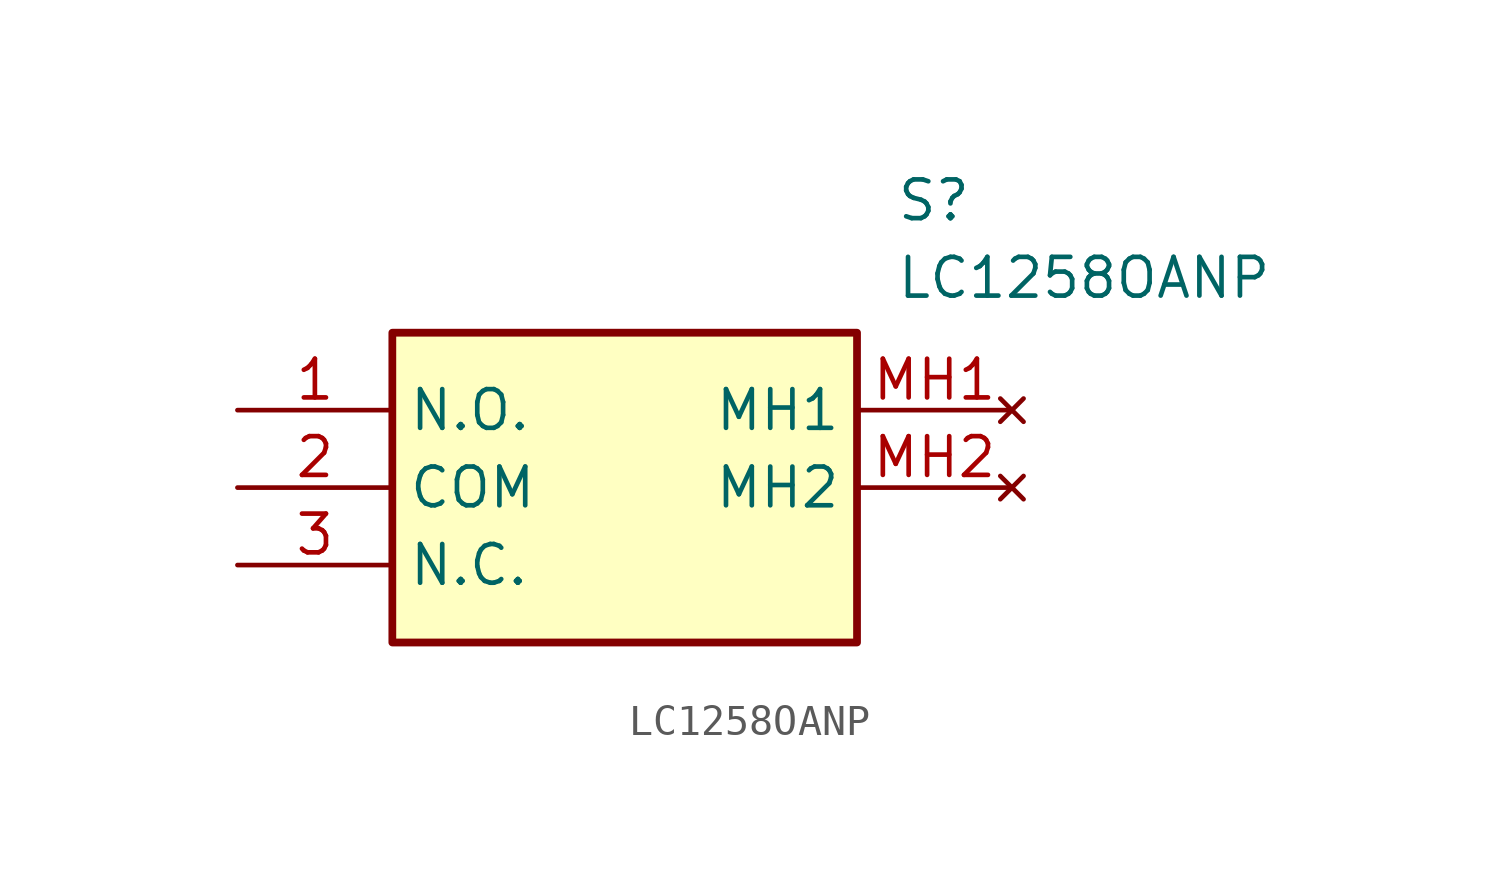
<source format=kicad_sym>
(kicad_symbol_lib
  (version 20231120)
  (generator "kicad_symbol_editor")
  (generator_version "8.0")
  (symbol "LC1258OANP"
    (property "Reference" "S"
      (at 21.59 7.62 0)
      (effects (font (size 1.27 1.27)) (justify left top)))
    (property "Value" "LC1258OANP"
      (at 21.59 5.08 0)
      (effects (font (size 1.27 1.27)) (justify left top)))
    (symbol "LC1258OANP_1_1"
      (rectangle (start 5.08 2.54) (end 20.32 -7.62) (stroke (width 0.254) (type default)) (fill (type background)))
      (pin passive line (at 0 0 0) (length 5.08) (name "N.O." (effects (font (size 1.27 1.27)))) (number "1" (effects (font (size 1.27 1.27)))))
      (pin passive line (at 0 -2.54 0) (length 5.08) (name "COM" (effects (font (size 1.27 1.27)))) (number "2" (effects (font (size 1.27 1.27)))))
      (pin passive line (at 0 -5.08 0) (length 5.08) (name "N.C." (effects (font (size 1.27 1.27)))) (number "3" (effects (font (size 1.27 1.27)))))
      (pin no_connect line (at 25.4 0 180) (length 5.08) (name "MH1" (effects (font (size 1.27 1.27)))) (number "MH1" (effects (font (size 1.27 1.27)))))
      (pin no_connect line (at 25.4 -2.54 180) (length 5.08) (name "MH2" (effects (font (size 1.27 1.27)))) (number "MH2" (effects (font (size 1.27 1.27))))))))
</source>
